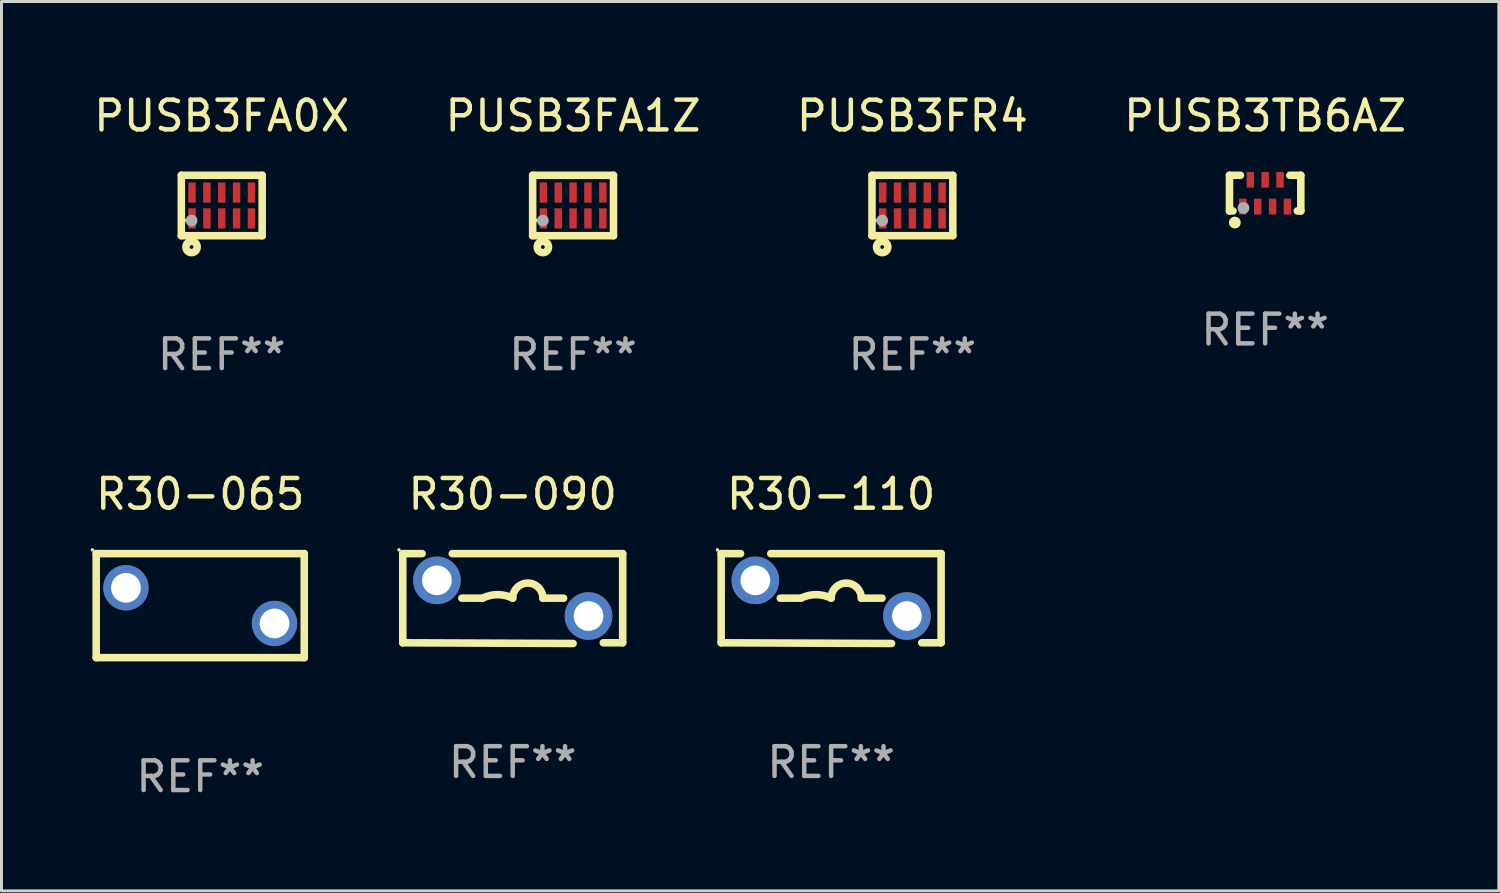
<source format=kicad_pcb>
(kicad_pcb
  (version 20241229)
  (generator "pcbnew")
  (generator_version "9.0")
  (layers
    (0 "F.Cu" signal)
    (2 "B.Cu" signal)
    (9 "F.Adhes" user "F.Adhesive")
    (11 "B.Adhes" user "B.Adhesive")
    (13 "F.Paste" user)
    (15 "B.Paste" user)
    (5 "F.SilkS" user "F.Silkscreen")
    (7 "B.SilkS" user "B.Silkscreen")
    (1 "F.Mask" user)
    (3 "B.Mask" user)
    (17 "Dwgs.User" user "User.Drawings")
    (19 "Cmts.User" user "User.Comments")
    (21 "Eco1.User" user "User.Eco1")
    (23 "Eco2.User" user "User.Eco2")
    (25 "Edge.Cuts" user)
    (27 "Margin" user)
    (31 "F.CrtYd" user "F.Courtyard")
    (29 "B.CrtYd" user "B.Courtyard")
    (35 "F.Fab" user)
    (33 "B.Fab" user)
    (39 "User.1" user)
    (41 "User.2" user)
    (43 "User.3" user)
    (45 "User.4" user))
  (footprint "PUSB3TB6AZ"
    (layer "F.Cu")
    (at 39.518 3.448)
    (property "Reference" "PUSB3TB6AZ" (at 0 -2.6 0) (layer "F.SilkS") (effects (font (size 1 1) (thickness 0.15))))
    (attr through_hole)
    (fp_line (start -1.2 -0.6) (end -1.2 0.6) (stroke (width 0.254) (type solid)) (layer "F.SilkS"))
    (fp_line (start -1.2 -0.6) (end -0.831 -0.6) (stroke (width 0.254) (type solid)) (layer "F.SilkS"))
    (fp_line (start -1.2 0.6) (end -1.081 0.6) (stroke (width 0.254) (type solid)) (layer "F.SilkS"))
    (fp_line (start 0.831 -0.6) (end 1.2 -0.6) (stroke (width 0.254) (type solid)) (layer "F.SilkS"))
    (fp_line (start 1.081 0.6) (end 1.2 0.6) (stroke (width 0.254) (type solid)) (layer "F.SilkS"))
    (fp_line (start 1.2 0.6) (end 1.2 -0.6) (stroke (width 0.254) (type solid)) (layer "F.SilkS"))
    (fp_circle (center -1.1 0.6) (end -1.07 0.6) (stroke (width 0.06) (type solid)) (fill no) (layer "F.SilkS"))
    (fp_circle (center -1.02 0.99) (end -0.92 0.99) (stroke (width 0.2) (type solid)) (fill no) (layer "F.SilkS"))
    (fp_circle (center -0.73 0.5) (end -0.63 0.5) (stroke (width 0.2) (type solid)) (fill no) (layer "F.Fab"))
    (fp_text user "REF**" (at 0 4.6 0) (layer "F.Fab") (effects (font (size 1 1) (thickness 0.15))))
    (pad "1" smd rect (at -0.75 0.45) (size 0.25 0.53) (layers "F.Cu" "F.Mask" "F.Paste"))
    (pad "2" smd rect (at -0.25 0.45) (size 0.25 0.53) (layers "F.Cu" "F.Mask" "F.Paste"))
    (pad "3" smd rect (at 0.25 0.45) (size 0.25 0.53) (layers "F.Cu" "F.Mask" "F.Paste"))
    (pad "4" smd rect (at 0.75 0.45) (size 0.25 0.53) (layers "F.Cu" "F.Mask" "F.Paste"))
    (pad "5" smd rect (at 0.5 -0.45) (size 0.25 0.53) (layers "F.Cu" "F.Mask" "F.Paste"))
    (pad "6" smd rect (at 0 -0.45) (size 0.25 0.53) (layers "F.Cu" "F.Mask" "F.Paste"))
    (pad "7" smd rect (at -0.5 -0.45) (size 0.25 0.53) (layers "F.Cu" "F.Mask" "F.Paste")))
  (footprint "PUSB3FA1Z"
    (layer "F.Cu")
    (at 16.232 3.864)
    (property "Reference" "PUSB3FA1Z" (at 0 -3.016 0) (layer "F.SilkS") (effects (font (size 1 1) (thickness 0.15))))
    (attr through_hole)
    (fp_line (start -1.36 1.016) (end 1.36 1.016) (stroke (width 0.254) (type solid)) (layer "F.SilkS"))
    (fp_line (start -1.36 -1.016) (end -1.36 1.016) (stroke (width 0.254) (type solid)) (layer "F.SilkS"))
    (fp_line (start -1.36 -1.016) (end 1.36 -1.016) (stroke (width 0.254) (type solid)) (layer "F.SilkS"))
    (fp_line (start 1.36 -1.016) (end 1.36 1.016) (stroke (width 0.254) (type solid)) (layer "F.SilkS"))
    (fp_circle (center -1.25 0.5) (end -1.22 0.5) (stroke (width 0.06) (type solid)) (fill no) (layer "F.SilkS"))
    (fp_circle (center -1.016 1.397) (end -0.953 1.397) (stroke (width 0.254) (type solid)) (fill no) (layer "F.SilkS"))
    (fp_circle (center -1.016 0.508) (end -0.916 0.508) (stroke (width 0.2) (type solid)) (fill no) (layer "F.Fab"))
    (fp_text user "REF**" (at 0 5.016 0) (layer "F.Fab") (effects (font (size 1 1) (thickness 0.15))))
    (pad "1" smd rect (at -1 0.435) (size 0.25 0.68) (layers "F.Cu" "F.Mask" "F.Paste"))
    (pad "2" smd rect (at -0.5 0.435) (size 0.25 0.68) (layers "F.Cu" "F.Mask" "F.Paste"))
    (pad "3" smd rect (at 0 0.435) (size 0.25 0.68) (layers "F.Cu" "F.Mask" "F.Paste"))
    (pad "4" smd rect (at 0.5 0.435) (size 0.25 0.68) (layers "F.Cu" "F.Mask" "F.Paste"))
    (pad "5" smd rect (at 1 0.435) (size 0.25 0.68) (layers "F.Cu" "F.Mask" "F.Paste"))
    (pad "6" smd rect (at 1 -0.435) (size 0.25 0.68) (layers "F.Cu" "F.Mask" "F.Paste"))
    (pad "7" smd rect (at 0.5 -0.435) (size 0.25 0.68) (layers "F.Cu" "F.Mask" "F.Paste"))
    (pad "8" smd rect (at 0 -0.435) (size 0.25 0.68) (layers "F.Cu" "F.Mask" "F.Paste"))
    (pad "9" smd rect (at -0.5 -0.435) (size 0.25 0.68) (layers "F.Cu" "F.Mask" "F.Paste"))
    (pad "10" smd rect (at -1 -0.435) (size 0.25 0.68) (layers "F.Cu" "F.Mask" "F.Paste")))
  (footprint "R30-110"
    (layer "F.Cu")
    (at 24.915 17.089)
    (property "Reference" "R30-110" (at 0 -3.512 0) (layer "F.SilkS") (effects (font (size 1 1) (thickness 0.15))))
    (attr through_hole)
    (fp_line (start -3.7 -1.512) (end -3.7 1.488) (stroke (width 0.254) (type solid)) (layer "F.SilkS"))
    (fp_line (start -3.7 -1.512) (end -3.048 -1.512) (stroke (width 0.254) (type solid)) (layer "F.SilkS"))
    (fp_line (start -3.7 1.488) (end 2.032 1.512) (stroke (width 0.254) (type solid)) (layer "F.SilkS"))
    (fp_line (start -1.712 -0.012) (end -1.016 -0.012) (stroke (width 0.254) (type solid)) (layer "F.SilkS"))
    (fp_line (start 1.712 -0.012) (end 1.016 -0.012) (stroke (width 0.254) (type solid)) (layer "F.SilkS"))
    (fp_line (start 3.7 -1.512) (end -2.032 -1.512) (stroke (width 0.254) (type solid)) (layer "F.SilkS"))
    (fp_line (start 3.7 -1.512) (end 3.7 1.488) (stroke (width 0.254) (type solid)) (layer "F.SilkS"))
    (fp_line (start 3.7 1.488) (end 3.048 1.488) (stroke (width 0.254) (type solid)) (layer "F.SilkS"))
    (fp_arc (start -1.016002 -0.012002) (mid -0.508001 -0.131925) (end 0.000001 -0.012002) (stroke (width 0.254001) (type solid)) (layer "F.SilkS"))
    (fp_arc (start 0 -0.012002) (mid 0.508001 -0.520003) (end 1.016002 -0.012002) (stroke (width 0.254001) (type solid)) (layer "F.SilkS"))
    (fp_circle (center -3.827 -1.639) (end -3.797 -1.639) (stroke (width 0.06) (type solid)) (fill no) (layer "F.SilkS"))
    (fp_text user "REF**" (at 0 5.512 0) (layer "F.Fab") (effects (font (size 1 1) (thickness 0.15))))
    (pad "1" thru_hole circle (at -2.55 -0.612) (size 1.6 1.6) (drill 1) (layers "*.Cu" "*.Mask"))
    (pad "2" thru_hole circle (at 2.55 0.588) (size 1.6 1.6) (drill 1) (layers "*.Cu" "*.Mask")))
  (footprint "PUSB3FR4"
    (layer "F.Cu")
    (at 27.649 3.864)
    (property "Reference" "PUSB3FR4" (at 0 -3.016 0) (layer "F.SilkS") (effects (font (size 1 1) (thickness 0.15))))
    (attr through_hole)
    (fp_line (start -1.36 1.016) (end 1.36 1.016) (stroke (width 0.254) (type solid)) (layer "F.SilkS"))
    (fp_line (start -1.36 -1.016) (end -1.36 1.016) (stroke (width 0.254) (type solid)) (layer "F.SilkS"))
    (fp_line (start -1.36 -1.016) (end 1.36 -1.016) (stroke (width 0.254) (type solid)) (layer "F.SilkS"))
    (fp_line (start 1.36 -1.016) (end 1.36 1.016) (stroke (width 0.254) (type solid)) (layer "F.SilkS"))
    (fp_circle (center -1.25 0.5) (end -1.22 0.5) (stroke (width 0.06) (type solid)) (fill no) (layer "F.SilkS"))
    (fp_circle (center -1.016 1.397) (end -0.953 1.397) (stroke (width 0.254) (type solid)) (fill no) (layer "F.SilkS"))
    (fp_circle (center -1.016 0.508) (end -0.916 0.508) (stroke (width 0.2) (type solid)) (fill no) (layer "F.Fab"))
    (fp_text user "REF**" (at 0 5.016 0) (layer "F.Fab") (effects (font (size 1 1) (thickness 0.15))))
    (pad "1" smd rect (at -1 0.435) (size 0.25 0.68) (layers "F.Cu" "F.Mask" "F.Paste"))
    (pad "2" smd rect (at -0.5 0.435) (size 0.25 0.68) (layers "F.Cu" "F.Mask" "F.Paste"))
    (pad "3" smd rect (at 0 0.435) (size 0.25 0.68) (layers "F.Cu" "F.Mask" "F.Paste"))
    (pad "4" smd rect (at 0.5 0.435) (size 0.25 0.68) (layers "F.Cu" "F.Mask" "F.Paste"))
    (pad "5" smd rect (at 1 0.435) (size 0.25 0.68) (layers "F.Cu" "F.Mask" "F.Paste"))
    (pad "6" smd rect (at 1 -0.435) (size 0.25 0.68) (layers "F.Cu" "F.Mask" "F.Paste"))
    (pad "7" smd rect (at 0.5 -0.435) (size 0.25 0.68) (layers "F.Cu" "F.Mask" "F.Paste"))
    (pad "8" smd rect (at 0 -0.435) (size 0.25 0.68) (layers "F.Cu" "F.Mask" "F.Paste"))
    (pad "9" smd rect (at -0.5 -0.435) (size 0.25 0.68) (layers "F.Cu" "F.Mask" "F.Paste"))
    (pad "10" smd rect (at -1 -0.435) (size 0.25 0.68) (layers "F.Cu" "F.Mask" "F.Paste")))
  (footprint "R30-090"
    (layer "F.Cu")
    (at 14.201 17.089)
    (property "Reference" "R30-090" (at 0 -3.512 0) (layer "F.SilkS") (effects (font (size 1 1) (thickness 0.15))))
    (attr through_hole)
    (fp_line (start -3.7 -1.512) (end -3.7 1.488) (stroke (width 0.254) (type solid)) (layer "F.SilkS"))
    (fp_line (start -3.7 -1.512) (end -3.048 -1.512) (stroke (width 0.254) (type solid)) (layer "F.SilkS"))
    (fp_line (start -3.7 1.488) (end 2.032 1.512) (stroke (width 0.254) (type solid)) (layer "F.SilkS"))
    (fp_line (start -1.712 -0.012) (end -1.016 -0.012) (stroke (width 0.254) (type solid)) (layer "F.SilkS"))
    (fp_line (start 1.712 -0.012) (end 1.016 -0.012) (stroke (width 0.254) (type solid)) (layer "F.SilkS"))
    (fp_line (start 3.7 -1.512) (end -2.032 -1.512) (stroke (width 0.254) (type solid)) (layer "F.SilkS"))
    (fp_line (start 3.7 -1.512) (end 3.7 1.488) (stroke (width 0.254) (type solid)) (layer "F.SilkS"))
    (fp_line (start 3.7 1.488) (end 3.048 1.488) (stroke (width 0.254) (type solid)) (layer "F.SilkS"))
    (fp_arc (start -1.016002 -0.012002) (mid -0.508001 -0.131925) (end 0.000001 -0.012002) (stroke (width 0.254001) (type solid)) (layer "F.SilkS"))
    (fp_arc (start 0 -0.012002) (mid 0.508001 -0.520003) (end 1.016002 -0.012002) (stroke (width 0.254001) (type solid)) (layer "F.SilkS"))
    (fp_circle (center -3.827 -1.639) (end -3.797 -1.639) (stroke (width 0.06) (type solid)) (fill no) (layer "F.SilkS"))
    (fp_text user "REF**" (at 0 5.512 0) (layer "F.Fab") (effects (font (size 1 1) (thickness 0.15))))
    (pad "1" thru_hole circle (at -2.55 -0.612) (size 1.6 1.6) (drill 1) (layers "*.Cu" "*.Mask"))
    (pad "2" thru_hole circle (at 2.55 0.588) (size 1.6 1.6) (drill 1) (layers "*.Cu" "*.Mask")))
  (footprint "PUSB3FA0X"
    (layer "F.Cu")
    (at 4.411 3.864)
    (property "Reference" "PUSB3FA0X" (at 0 -3.016 0) (layer "F.SilkS") (effects (font (size 1 1) (thickness 0.15))))
    (attr through_hole)
    (fp_line (start -1.36 1.016) (end 1.36 1.016) (stroke (width 0.254) (type solid)) (layer "F.SilkS"))
    (fp_line (start -1.36 -1.016) (end -1.36 1.016) (stroke (width 0.254) (type solid)) (layer "F.SilkS"))
    (fp_line (start -1.36 -1.016) (end 1.36 -1.016) (stroke (width 0.254) (type solid)) (layer "F.SilkS"))
    (fp_line (start 1.36 -1.016) (end 1.36 1.016) (stroke (width 0.254) (type solid)) (layer "F.SilkS"))
    (fp_circle (center -1.25 0.5) (end -1.22 0.5) (stroke (width 0.06) (type solid)) (fill no) (layer "F.SilkS"))
    (fp_circle (center -1.016 1.397) (end -0.953 1.397) (stroke (width 0.254) (type solid)) (fill no) (layer "F.SilkS"))
    (fp_circle (center -1.016 0.508) (end -0.916 0.508) (stroke (width 0.2) (type solid)) (fill no) (layer "F.Fab"))
    (fp_text user "REF**" (at 0 5.016 0) (layer "F.Fab") (effects (font (size 1 1) (thickness 0.15))))
    (pad "1" smd rect (at -1 0.435) (size 0.25 0.68) (layers "F.Cu" "F.Mask" "F.Paste"))
    (pad "2" smd rect (at -0.5 0.435) (size 0.25 0.68) (layers "F.Cu" "F.Mask" "F.Paste"))
    (pad "3" smd rect (at 0 0.435) (size 0.25 0.68) (layers "F.Cu" "F.Mask" "F.Paste"))
    (pad "4" smd rect (at 0.5 0.435) (size 0.25 0.68) (layers "F.Cu" "F.Mask" "F.Paste"))
    (pad "5" smd rect (at 1 0.435) (size 0.25 0.68) (layers "F.Cu" "F.Mask" "F.Paste"))
    (pad "6" smd rect (at 1 -0.435) (size 0.25 0.68) (layers "F.Cu" "F.Mask" "F.Paste"))
    (pad "7" smd rect (at 0.5 -0.435) (size 0.25 0.68) (layers "F.Cu" "F.Mask" "F.Paste"))
    (pad "8" smd rect (at 0 -0.435) (size 0.25 0.68) (layers "F.Cu" "F.Mask" "F.Paste"))
    (pad "9" smd rect (at -0.5 -0.435) (size 0.25 0.68) (layers "F.Cu" "F.Mask" "F.Paste"))
    (pad "10" smd rect (at -1 -0.435) (size 0.25 0.68) (layers "F.Cu" "F.Mask" "F.Paste")))
  (footprint "R30-065"
    (layer "F.Cu")
    (at 3.687 17.327)
    (property "Reference" "R30-065" (at 0 -3.75 0) (layer "F.SilkS") (effects (font (size 1 1) (thickness 0.15))))
    (attr through_hole)
    (fp_line (start -3.5 -1.75) (end 3.5 -1.75) (stroke (width 0.254) (type solid)) (layer "F.SilkS"))
    (fp_line (start -3.5 1.75) (end -3.5 -1.75) (stroke (width 0.254) (type solid)) (layer "F.SilkS"))
    (fp_line (start -3.5 1.75) (end 3.5 1.75) (stroke (width 0.254) (type solid)) (layer "F.SilkS"))
    (fp_line (start 3.5 -1.75) (end 3.5 1.75) (stroke (width 0.254) (type solid)) (layer "F.SilkS"))
    (fp_circle (center -3.627 -1.877) (end -3.597 -1.877) (stroke (width 0.06) (type solid)) (fill no) (layer "F.SilkS"))
    (fp_text user "REF**" (at 0 5.75 0) (layer "F.Fab") (effects (font (size 1 1) (thickness 0.15))))
    (pad "1" thru_hole circle (at -2.5 -0.6) (size 1.524 1.524) (drill 1) (layers "*.Cu" "*.Mask"))
    (pad "2" thru_hole circle (at 2.5 0.6) (size 1.524 1.524) (drill 1) (layers "*.Cu" "*.Mask")))
  (gr_rect
    (start -3 -3)
    (end 47.381 26.925)
    (stroke (width 0.1) (type default))
    (fill no)
    (layer "Edge.Cuts")))
</source>
